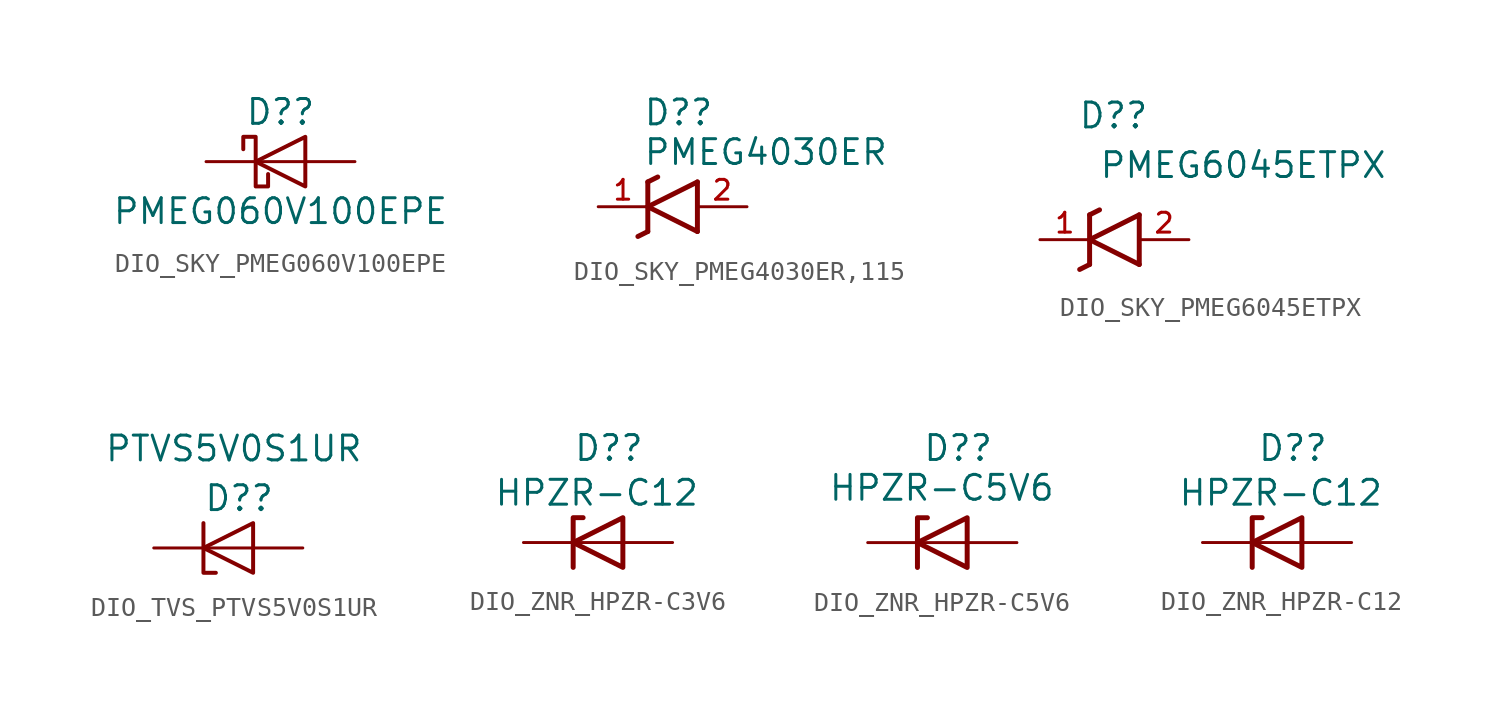
<source format=kicad_sym>
(kicad_symbol_lib
  (version 20231120)
  (generator "kicad_symbol_editor")
  (generator_version "8.0")
  (symbol "DIO_SKY_PMEG060V100EPE"
    (pin_numbers hide)
    (pin_names hide)
    (property "Reference" "D?"
      (at 0 2.54 0)
      (effects (font (size 1.27 1.27))))
    (property "Value" "PMEG060V100EPE"
      (at 0 -2.54 0)
      (effects (font (size 1.27 1.27))))
    (symbol "DIO_SKY_PMEG060V100EPE_0_1"
      (polyline (pts (xy 1.27 0) (xy -1.27 0)) (stroke (width 0) (type default)) (fill (type none)))
      (polyline (pts (xy 1.27 1.27) (xy 1.27 -1.27) (xy -1.27 0) (xy 1.27 1.27)) (stroke (width 0.203) (type default)) (fill (type none)))
      (polyline (pts (xy -1.905 0.635) (xy -1.905 1.27) (xy -1.27 1.27) (xy -1.27 -1.27) (xy -0.635 -1.27) (xy -0.635 -0.635)) (stroke (width 0.203) (type default)) (fill (type none))))
    (symbol "DIO_SKY_PMEG060V100EPE_1_1"
      (pin passive line (at 3.81 0 180) (length 2.54) (name "A" (effects (font (size 1.27 1.27)))) (number "1" (effects (font (size 1.27 1.27)))))
      (pin passive line (at 3.81 0 180) (length 2.54) hide (name "A" (effects (font (size 1.27 1.27)))) (number "2" (effects (font (size 1.27 1.27)))))
      (pin passive line (at -3.81 0 0) (length 2.54) (name "K" (effects (font (size 1.27 1.27)))) (number "3" (effects (font (size 1.27 1.27)))))))
  (symbol "DIO_SKY_PMEG4030ER,115"
    (pin_names
      (offset 1.016))
    (property "Reference" "D?"
      (at -1.524 4.826 0)
      (effects (font (size 1.27 1.27)) (justify left)))
    (property "Value" "PMEG4030ER"
      (at -1.524 2.794 0)
      (effects (font (size 1.27 1.27)) (justify left)))
    (symbol "DIO_SKY_PMEG4030ER,115_0_0"
      (polyline (pts (xy -1.27 -1.27) (xy -1.778 -1.524)) (stroke (width 0.254) (type default)) (fill (type none)))
      (polyline (pts (xy -1.27 -1.27) (xy -1.27 0)) (stroke (width 0.254) (type default)) (fill (type none)))
      (polyline (pts (xy -1.27 0) (xy -1.27 1.27)) (stroke (width 0.254) (type default)) (fill (type none)))
      (polyline (pts (xy -1.27 0) (xy 1.27 -1.27)) (stroke (width 0.254) (type default)) (fill (type none)))
      (polyline (pts (xy -1.27 1.27) (xy -0.762 1.524)) (stroke (width 0.254) (type default)) (fill (type none)))
      (polyline (pts (xy 1.27 -1.27) (xy 1.27 1.27)) (stroke (width 0.254) (type default)) (fill (type none)))
      (polyline (pts (xy 1.27 1.27) (xy -1.27 0)) (stroke (width 0.254) (type default)) (fill (type none))))
    (symbol "DIO_SKY_PMEG4030ER,115_1_0"
      (pin passive line (at -3.81 0 0) (length 2.54) (name "~" (effects (font (size 1.016 1.016)))) (number "1" (effects (font (size 1.016 1.016)))))
      (pin passive line (at 3.81 0 180) (length 2.54) (name "~" (effects (font (size 1.016 1.016)))) (number "2" (effects (font (size 1.016 1.016)))) (alternate "2" passive line))))
  (symbol "DIO_SKY_PMEG6045ETPX"
    (pin_names
      (offset 1.016))
    (property "Reference" "D?"
      (at 1.778 6.35 0)
      (effects (font (size 1.27 1.27)) (justify right)))
    (property "Value" "PMEG6045ETPX"
      (at 13.97 3.81 0)
      (effects (font (size 1.27 1.27)) (justify right)))
    (symbol "DIO_SKY_PMEG6045ETPX_0_0"
      (polyline (pts (xy -1.27 -1.27) (xy -1.778 -1.524)) (stroke (width 0.254) (type default)) (fill (type none)))
      (polyline (pts (xy -1.27 -1.27) (xy -1.27 0)) (stroke (width 0.254) (type default)) (fill (type none)))
      (polyline (pts (xy -1.27 0) (xy -1.27 1.27)) (stroke (width 0.254) (type default)) (fill (type none)))
      (polyline (pts (xy -1.27 0) (xy 1.27 -1.27)) (stroke (width 0.254) (type default)) (fill (type none)))
      (polyline (pts (xy -1.27 1.27) (xy -0.762 1.524)) (stroke (width 0.254) (type default)) (fill (type none)))
      (polyline (pts (xy 1.27 -1.27) (xy 1.27 1.27)) (stroke (width 0.254) (type default)) (fill (type none)))
      (polyline (pts (xy 1.27 1.27) (xy -1.27 0)) (stroke (width 0.254) (type default)) (fill (type none))))
    (symbol "DIO_SKY_PMEG6045ETPX_1_0"
      (pin passive line (at -3.81 0 0) (length 2.54) (name "~" (effects (font (size 1.016 1.016)))) (number "1" (effects (font (size 1.016 1.016)))))
      (pin passive line (at 3.81 0 180) (length 2.54) (name "~" (effects (font (size 1.016 1.016)))) (number "2" (effects (font (size 1.016 1.016)))))))
  (symbol "DIO_TVS_PTVS5V0S1UR"
    (pin_numbers hide)
    (pin_names hide)
    (property "Reference" "D?"
      (at -1.27 2.54 0)
      (effects (font (size 1.27 1.27)) (justify left)))
    (property "Value" "PTVS5V0S1UR"
      (at -6.35 5.08 0)
      (effects (font (size 1.27 1.27)) (justify left)))
    (symbol "DIO_TVS_PTVS5V0S1UR_0_1"
      (polyline (pts (xy 1.27 0) (xy -1.27 0)) (stroke (width 0) (type default)) (fill (type none)))
      (polyline (pts (xy 1.27 1.27) (xy 1.27 -1.27) (xy -1.27 0) (xy 1.27 1.27)) (stroke (width 0.203) (type default)) (fill (type none)))
      (polyline (pts (xy -1.27 1.27) (xy -1.27 0) (xy -1.27 1.27) (xy -1.27 -1.27) (xy -0.635 -1.27) (xy -1.27 -1.27)) (stroke (width 0.203) (type default)) (fill (type none))))
    (symbol "DIO_TVS_PTVS5V0S1UR_1_1"
      (pin passive line (at -3.81 0 0) (length 2.54) (name "K" (effects (font (size 1.27 1.27)))) (number "1" (effects (font (size 1.27 1.27)))))
      (pin passive line (at 3.81 0 180) (length 2.54) (name "A" (effects (font (size 1.27 1.27)))) (number "2" (effects (font (size 1.27 1.27)))))))
  (symbol "DIO_ZNR_HPZR-C3V6"
    (pin_numbers hide)
    (pin_names hide)
    (property "Reference" "D?"
      (at -1.27 4.826 0)
      (effects (font (size 1.27 1.27)) (justify left)))
    (property "Value" "HPZR-C12"
      (at -5.334 2.54 0)
      (effects (font (size 1.27 1.27)) (justify left)))
    (symbol "DIO_ZNR_HPZR-C3V6_0_1"
      (polyline (pts (xy 1.27 0) (xy -1.27 0)) (stroke (width 0) (type default)) (fill (type none)))
      (polyline (pts (xy -1.27 -1.27) (xy -1.27 1.27) (xy -0.762 1.27)) (stroke (width 0.254) (type default)) (fill (type none)))
      (polyline (pts (xy 1.27 -1.27) (xy 1.27 1.27) (xy -1.27 0) (xy 1.27 -1.27)) (stroke (width 0.254) (type default)) (fill (type none))))
    (symbol "DIO_ZNR_HPZR-C3V6_1_1"
      (pin passive line (at -3.81 0 0) (length 2.54) (name "K" (effects (font (size 1.27 1.27)))) (number "1" (effects (font (size 1.27 1.27)))))
      (pin passive line (at 3.81 0 180) (length 2.54) (name "A" (effects (font (size 1.27 1.27)))) (number "2" (effects (font (size 1.27 1.27)))))))
  (symbol "DIO_ZNR_HPZR-C5V6"
    (pin_numbers hide)
    (pin_names hide)
    (property "Reference" "D?"
      (at -1.016 4.826 0)
      (effects (font (size 1.27 1.27)) (justify left)))
    (property "Value" "HPZR-C5V6"
      (at -5.842 2.794 0)
      (effects (font (size 1.27 1.27)) (justify left)))
    (symbol "DIO_ZNR_HPZR-C5V6_0_1"
      (polyline (pts (xy 1.27 0) (xy -1.27 0)) (stroke (width 0) (type default)) (fill (type none)))
      (polyline (pts (xy -1.27 -1.27) (xy -1.27 1.27) (xy -0.762 1.27)) (stroke (width 0.254) (type default)) (fill (type none)))
      (polyline (pts (xy 1.27 -1.27) (xy 1.27 1.27) (xy -1.27 0) (xy 1.27 -1.27)) (stroke (width 0.254) (type default)) (fill (type none))))
    (symbol "DIO_ZNR_HPZR-C5V6_1_1"
      (pin passive line (at -3.81 0 0) (length 2.54) (name "K" (effects (font (size 1.27 1.27)))) (number "1" (effects (font (size 1.27 1.27)))))
      (pin passive line (at 3.81 0 180) (length 2.54) (name "A" (effects (font (size 1.27 1.27)))) (number "2" (effects (font (size 1.27 1.27)))))))
  (symbol "DIO_ZNR_HPZR-C12"
    (pin_numbers hide)
    (pin_names hide)
    (property "Reference" "D?"
      (at -1.016 4.826 0)
      (effects (font (size 1.27 1.27)) (justify left)))
    (property "Value" "HPZR-C12"
      (at -5.08 2.54 0)
      (effects (font (size 1.27 1.27)) (justify left)))
    (symbol "DIO_ZNR_HPZR-C12_0_1"
      (polyline (pts (xy 1.27 0) (xy -1.27 0)) (stroke (width 0) (type default)) (fill (type none)))
      (polyline (pts (xy -1.27 -1.27) (xy -1.27 1.27) (xy -0.762 1.27)) (stroke (width 0.254) (type default)) (fill (type none)))
      (polyline (pts (xy 1.27 -1.27) (xy 1.27 1.27) (xy -1.27 0) (xy 1.27 -1.27)) (stroke (width 0.254) (type default)) (fill (type none))))
    (symbol "DIO_ZNR_HPZR-C12_1_1"
      (pin passive line (at -3.81 0 0) (length 2.54) (name "K" (effects (font (size 1.27 1.27)))) (number "1" (effects (font (size 1.27 1.27)))))
      (pin passive line (at 3.81 0 180) (length 2.54) (name "A" (effects (font (size 1.27 1.27)))) (number "2" (effects (font (size 1.27 1.27))))))))
</source>
